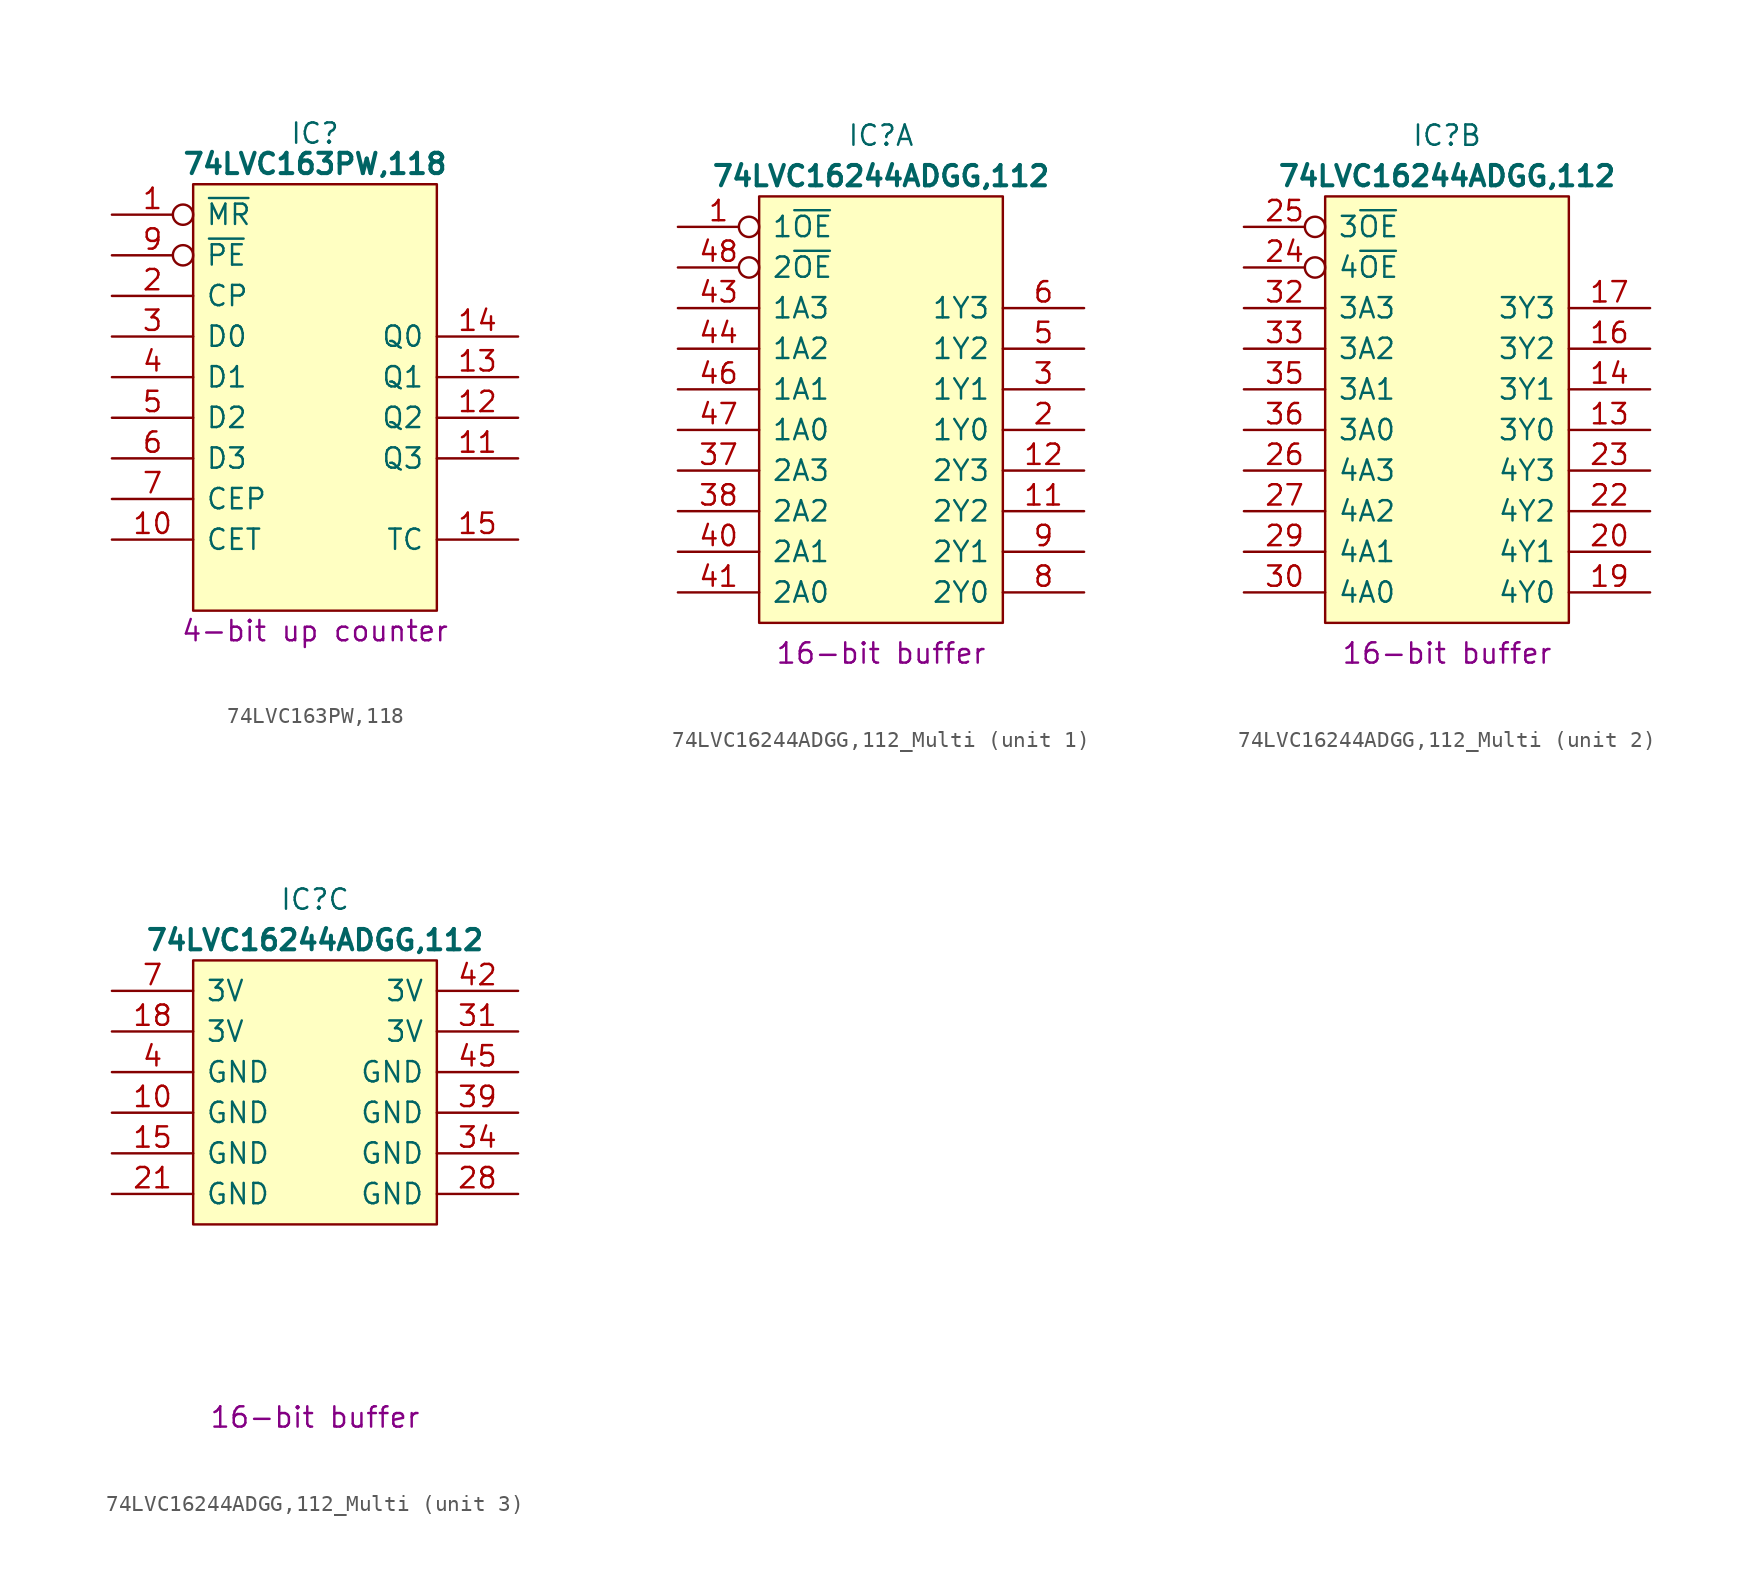
<source format=kicad_sym>
(kicad_symbol_lib
  (version 20231120)
  (generator "kicad_symbol_editor")
  (generator_version "8.0")
  (symbol "74LVC163PW,118"
    (pin_names
      (offset 0.762))
    (property "Reference" "IC"
      (at 12.7 5.08 0)
      (effects (font (size 1.27 1.27))))
    (property "Value" "74LVC163PW,118"
      (at 12.7 3.175 0)
      (effects (font (size 1.27 1.27) (bold yes))))
    (property "Description" "4-bit up counter"
      (at 12.7 -26.035 0)
      (effects (font (size 1.27 1.27))))
    (symbol "74LVC163PW,118_0_0"
      (pin input inverted (at 0 0 0) (length 5.08) (name "~{MR}" (effects (font (size 1.27 1.27)))) (number "1" (effects (font (size 1.27 1.27)))))
      (pin input line (at 0 -20.32 0) (length 5.08) (name "CET" (effects (font (size 1.27 1.27)))) (number "10" (effects (font (size 1.27 1.27)))))
      (pin output line (at 25.4 -15.24 180) (length 5.08) (name "Q3" (effects (font (size 1.27 1.27)))) (number "11" (effects (font (size 1.27 1.27)))))
      (pin output line (at 25.4 -12.7 180) (length 5.08) (name "Q2" (effects (font (size 1.27 1.27)))) (number "12" (effects (font (size 1.27 1.27)))))
      (pin output line (at 25.4 -10.16 180) (length 5.08) (name "Q1" (effects (font (size 1.27 1.27)))) (number "13" (effects (font (size 1.27 1.27)))))
      (pin output line (at 25.4 -7.62 180) (length 5.08) (name "Q0" (effects (font (size 1.27 1.27)))) (number "14" (effects (font (size 1.27 1.27)))))
      (pin output line (at 25.4 -20.32 180) (length 5.08) (name "TC" (effects (font (size 1.27 1.27)))) (number "15" (effects (font (size 1.27 1.27)))))
      (pin passive line (at 25.4 0 180) (length 5.08) hide (name "3V" (effects (font (size 1.27 1.27)))) (number "16" (effects (font (size 1.27 1.27)))))
      (pin input line (at 0 -5.08 0) (length 5.08) (name "CP" (effects (font (size 1.27 1.27)))) (number "2" (effects (font (size 1.27 1.27)))))
      (pin input line (at 0 -7.62 0) (length 5.08) (name "D0" (effects (font (size 1.27 1.27)))) (number "3" (effects (font (size 1.27 1.27)))))
      (pin input line (at 0 -10.16 0) (length 5.08) (name "D1" (effects (font (size 1.27 1.27)))) (number "4" (effects (font (size 1.27 1.27)))))
      (pin input line (at 0 -12.7 0) (length 5.08) (name "D2" (effects (font (size 1.27 1.27)))) (number "5" (effects (font (size 1.27 1.27)))))
      (pin input line (at 0 -15.24 0) (length 5.08) (name "D3" (effects (font (size 1.27 1.27)))) (number "6" (effects (font (size 1.27 1.27)))))
      (pin input line (at 0 -17.78 0) (length 5.08) (name "CEP" (effects (font (size 1.27 1.27)))) (number "7" (effects (font (size 1.27 1.27)))))
      (pin passive line (at 0 -22.86 0) (length 5.08) hide (name "GND" (effects (font (size 1.27 1.27)))) (number "8" (effects (font (size 1.27 1.27)))))
      (pin input inverted (at 0 -2.54 0) (length 5.08) (name "~{PE}" (effects (font (size 1.27 1.27)))) (number "9" (effects (font (size 1.27 1.27))))))
    (symbol "74LVC163PW,118_0_1"
      (polyline (pts (xy 5.08 1.905) (xy 20.32 1.905) (xy 20.32 -24.765) (xy 5.08 -24.765) (xy 5.08 1.905)) (stroke (width 0.152) (type default)) (fill (type background)))))
  (symbol "74LVC16244ADGG,112_Multi"
    (pin_names
      (offset 0.762))
    (property "Reference" "IC"
      (at 12.7 5.715 0)
      (effects (font (size 1.27 1.27))))
    (property "Value" "74LVC16244ADGG,112"
      (at 12.7 3.175 0)
      (effects (font (size 1.27 1.27) (bold yes))))
    (property "Description" "16-bit buffer"
      (at 12.7 -26.67 0)
      (effects (font (size 1.27 1.27))))
    (property "ki_locked" ""
      (at 0 0 0)
      (effects (font (size 1.27 1.27))))
    (symbol "74LVC16244ADGG,112_Multi_1_0"
      (pin input inverted (at 0 0 0) (length 5.08) (name "1~{OE}" (effects (font (size 1.27 1.27)))) (number "1" (effects (font (size 1.27 1.27)))))
      (pin tri_state line (at 25.4 -17.78 180) (length 5.08) (name "2Y2" (effects (font (size 1.27 1.27)))) (number "11" (effects (font (size 1.27 1.27)))))
      (pin tri_state line (at 25.4 -15.24 180) (length 5.08) (name "2Y3" (effects (font (size 1.27 1.27)))) (number "12" (effects (font (size 1.27 1.27)))))
      (pin tri_state line (at 25.4 -12.7 180) (length 5.08) (name "1Y0" (effects (font (size 1.27 1.27)))) (number "2" (effects (font (size 1.27 1.27)))))
      (pin tri_state line (at 25.4 -10.16 180) (length 5.08) (name "1Y1" (effects (font (size 1.27 1.27)))) (number "3" (effects (font (size 1.27 1.27)))))
      (pin input line (at 0 -15.24 0) (length 5.08) (name "2A3" (effects (font (size 1.27 1.27)))) (number "37" (effects (font (size 1.27 1.27)))))
      (pin input line (at 0 -17.78 0) (length 5.08) (name "2A2" (effects (font (size 1.27 1.27)))) (number "38" (effects (font (size 1.27 1.27)))))
      (pin input line (at 0 -20.32 0) (length 5.08) (name "2A1" (effects (font (size 1.27 1.27)))) (number "40" (effects (font (size 1.27 1.27)))))
      (pin input line (at 0 -22.86 0) (length 5.08) (name "2A0" (effects (font (size 1.27 1.27)))) (number "41" (effects (font (size 1.27 1.27)))))
      (pin input line (at 0 -5.08 0) (length 5.08) (name "1A3" (effects (font (size 1.27 1.27)))) (number "43" (effects (font (size 1.27 1.27)))))
      (pin input line (at 0 -7.62 0) (length 5.08) (name "1A2" (effects (font (size 1.27 1.27)))) (number "44" (effects (font (size 1.27 1.27)))))
      (pin input line (at 0 -10.16 0) (length 5.08) (name "1A1" (effects (font (size 1.27 1.27)))) (number "46" (effects (font (size 1.27 1.27)))))
      (pin input line (at 0 -12.7 0) (length 5.08) (name "1A0" (effects (font (size 1.27 1.27)))) (number "47" (effects (font (size 1.27 1.27)))))
      (pin input inverted (at 0 -2.54 0) (length 5.08) (name "2~{OE}" (effects (font (size 1.27 1.27)))) (number "48" (effects (font (size 1.27 1.27)))))
      (pin tri_state line (at 25.4 -7.62 180) (length 5.08) (name "1Y2" (effects (font (size 1.27 1.27)))) (number "5" (effects (font (size 1.27 1.27)))))
      (pin tri_state line (at 25.4 -5.08 180) (length 5.08) (name "1Y3" (effects (font (size 1.27 1.27)))) (number "6" (effects (font (size 1.27 1.27)))))
      (pin tri_state line (at 25.4 -22.86 180) (length 5.08) (name "2Y0" (effects (font (size 1.27 1.27)))) (number "8" (effects (font (size 1.27 1.27)))))
      (pin tri_state line (at 25.4 -20.32 180) (length 5.08) (name "2Y1" (effects (font (size 1.27 1.27)))) (number "9" (effects (font (size 1.27 1.27))))))
    (symbol "74LVC16244ADGG,112_Multi_1_1"
      (polyline (pts (xy 5.08 1.905) (xy 20.32 1.905) (xy 20.32 -24.765) (xy 5.08 -24.765) (xy 5.08 1.905)) (stroke (width 0.152) (type default)) (fill (type background))))
    (symbol "74LVC16244ADGG,112_Multi_2_0"
      (pin tri_state line (at 25.4 -12.7 180) (length 5.08) (name "3Y0" (effects (font (size 1.27 1.27)))) (number "13" (effects (font (size 1.27 1.27)))))
      (pin tri_state line (at 25.4 -10.16 180) (length 5.08) (name "3Y1" (effects (font (size 1.27 1.27)))) (number "14" (effects (font (size 1.27 1.27)))))
      (pin tri_state line (at 25.4 -7.62 180) (length 5.08) (name "3Y2" (effects (font (size 1.27 1.27)))) (number "16" (effects (font (size 1.27 1.27)))))
      (pin tri_state line (at 25.4 -5.08 180) (length 5.08) (name "3Y3" (effects (font (size 1.27 1.27)))) (number "17" (effects (font (size 1.27 1.27)))))
      (pin tri_state line (at 25.4 -22.86 180) (length 5.08) (name "4Y0" (effects (font (size 1.27 1.27)))) (number "19" (effects (font (size 1.27 1.27)))))
      (pin tri_state line (at 25.4 -20.32 180) (length 5.08) (name "4Y1" (effects (font (size 1.27 1.27)))) (number "20" (effects (font (size 1.27 1.27)))))
      (pin tri_state line (at 25.4 -17.78 180) (length 5.08) (name "4Y2" (effects (font (size 1.27 1.27)))) (number "22" (effects (font (size 1.27 1.27)))))
      (pin tri_state line (at 25.4 -15.24 180) (length 5.08) (name "4Y3" (effects (font (size 1.27 1.27)))) (number "23" (effects (font (size 1.27 1.27)))))
      (pin input inverted (at 0 -2.54 0) (length 5.08) (name "4~{OE}" (effects (font (size 1.27 1.27)))) (number "24" (effects (font (size 1.27 1.27)))))
      (pin input inverted (at 0 0 0) (length 5.08) (name "3~{OE}" (effects (font (size 1.27 1.27)))) (number "25" (effects (font (size 1.27 1.27)))))
      (pin input line (at 0 -15.24 0) (length 5.08) (name "4A3" (effects (font (size 1.27 1.27)))) (number "26" (effects (font (size 1.27 1.27)))))
      (pin input line (at 0 -17.78 0) (length 5.08) (name "4A2" (effects (font (size 1.27 1.27)))) (number "27" (effects (font (size 1.27 1.27)))))
      (pin input line (at 0 -20.32 0) (length 5.08) (name "4A1" (effects (font (size 1.27 1.27)))) (number "29" (effects (font (size 1.27 1.27)))))
      (pin input line (at 0 -22.86 0) (length 5.08) (name "4A0" (effects (font (size 1.27 1.27)))) (number "30" (effects (font (size 1.27 1.27)))))
      (pin input line (at 0 -5.08 0) (length 5.08) (name "3A3" (effects (font (size 1.27 1.27)))) (number "32" (effects (font (size 1.27 1.27)))))
      (pin input line (at 0 -7.62 0) (length 5.08) (name "3A2" (effects (font (size 1.27 1.27)))) (number "33" (effects (font (size 1.27 1.27)))))
      (pin input line (at 0 -10.16 0) (length 5.08) (name "3A1" (effects (font (size 1.27 1.27)))) (number "35" (effects (font (size 1.27 1.27)))))
      (pin input line (at 0 -12.7 0) (length 5.08) (name "3A0" (effects (font (size 1.27 1.27)))) (number "36" (effects (font (size 1.27 1.27))))))
    (symbol "74LVC16244ADGG,112_Multi_2_1"
      (polyline (pts (xy 5.08 1.905) (xy 20.32 1.905) (xy 20.32 -24.765) (xy 5.08 -24.765) (xy 5.08 1.905)) (stroke (width 0.152) (type default)) (fill (type background))))
    (symbol "74LVC16244ADGG,112_Multi_3_0"
      (pin passive line (at 0 -7.62 0) (length 5.08) (name "GND" (effects (font (size 1.27 1.27)))) (number "10" (effects (font (size 1.27 1.27)))))
      (pin passive line (at 0 -10.16 0) (length 5.08) (name "GND" (effects (font (size 1.27 1.27)))) (number "15" (effects (font (size 1.27 1.27)))))
      (pin passive line (at 0 -10.16 0) (length 5.08) hide (name "GND" (effects (font (size 1.27 1.27)))) (number "15" (effects (font (size 1.27 1.27)))))
      (pin passive line (at 0 -10.16 0) (length 5.08) hide (name "GND" (effects (font (size 1.27 1.27)))) (number "15" (effects (font (size 1.27 1.27)))))
      (pin passive line (at 0 -2.54 0) (length 5.08) (name "3V" (effects (font (size 1.27 1.27)))) (number "18" (effects (font (size 1.27 1.27)))))
      (pin passive line (at 0 -12.7 0) (length 5.08) (name "GND" (effects (font (size 1.27 1.27)))) (number "21" (effects (font (size 1.27 1.27)))))
      (pin passive line (at 25.4 -12.7 180) (length 5.08) (name "GND" (effects (font (size 1.27 1.27)))) (number "28" (effects (font (size 1.27 1.27)))))
      (pin passive line (at 25.4 -2.54 180) (length 5.08) (name "3V" (effects (font (size 1.27 1.27)))) (number "31" (effects (font (size 1.27 1.27)))))
      (pin passive line (at 25.4 -10.16 180) (length 5.08) (name "GND" (effects (font (size 1.27 1.27)))) (number "34" (effects (font (size 1.27 1.27)))))
      (pin passive line (at 25.4 -7.62 180) (length 5.08) (name "GND" (effects (font (size 1.27 1.27)))) (number "39" (effects (font (size 1.27 1.27)))))
      (pin passive line (at 0 -5.08 0) (length 5.08) (name "GND" (effects (font (size 1.27 1.27)))) (number "4" (effects (font (size 1.27 1.27)))))
      (pin passive line (at 25.4 0 180) (length 5.08) (name "3V" (effects (font (size 1.27 1.27)))) (number "42" (effects (font (size 1.27 1.27)))))
      (pin passive line (at 25.4 -5.08 180) (length 5.08) (name "GND" (effects (font (size 1.27 1.27)))) (number "45" (effects (font (size 1.27 1.27)))))
      (pin passive line (at 0 0 0) (length 5.08) (name "3V" (effects (font (size 1.27 1.27)))) (number "7" (effects (font (size 1.27 1.27))))))
    (symbol "74LVC16244ADGG,112_Multi_3_1"
      (polyline (pts (xy 5.08 1.905) (xy 20.32 1.905) (xy 20.32 -14.605) (xy 5.08 -14.605) (xy 5.08 1.905)) (stroke (width 0.152) (type default)) (fill (type background))))))
</source>
